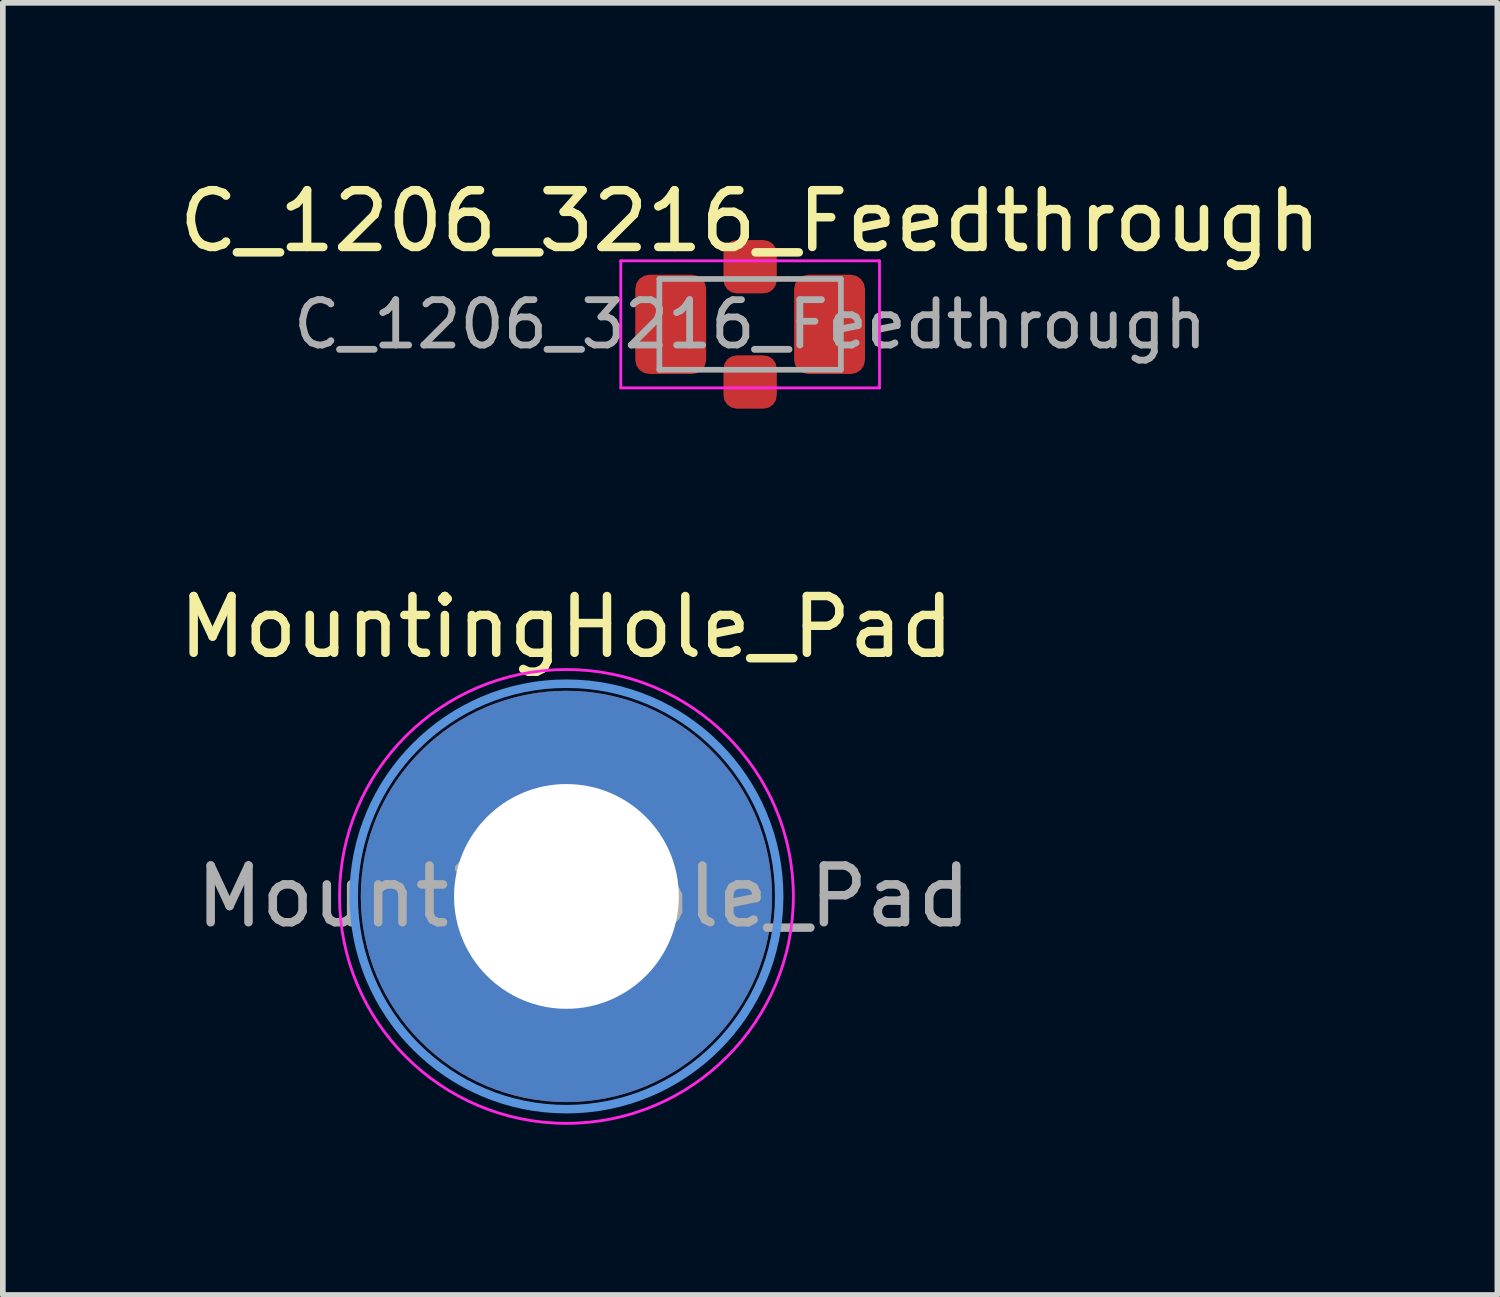
<source format=kicad_pcb>
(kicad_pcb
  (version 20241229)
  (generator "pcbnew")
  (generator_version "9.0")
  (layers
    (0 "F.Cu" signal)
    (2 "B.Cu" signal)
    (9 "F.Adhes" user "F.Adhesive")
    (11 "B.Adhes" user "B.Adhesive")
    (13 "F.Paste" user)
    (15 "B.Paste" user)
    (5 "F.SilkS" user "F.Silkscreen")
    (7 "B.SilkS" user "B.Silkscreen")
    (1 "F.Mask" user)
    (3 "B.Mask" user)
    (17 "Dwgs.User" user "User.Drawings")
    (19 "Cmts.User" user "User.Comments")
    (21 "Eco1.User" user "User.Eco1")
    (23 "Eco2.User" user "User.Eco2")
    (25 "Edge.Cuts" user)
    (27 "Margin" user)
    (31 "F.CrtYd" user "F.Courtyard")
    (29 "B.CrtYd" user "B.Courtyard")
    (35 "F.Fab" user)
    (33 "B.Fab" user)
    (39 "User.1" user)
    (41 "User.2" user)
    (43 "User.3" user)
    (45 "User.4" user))
  (footprint "C_1206_3216_Feedthrough"
    (layer "F.Cu")
    (at 10.173 2.668)
    (property "Reference" "C_1206_3216_Feedthrough" (at 0 -1.82 0) (layer "F.SilkS") (effects (font (size 1 1) (thickness 0.15))))
    (attr smd)
    (fp_line (start -2.28 -1.12) (end 2.28 -1.12) (stroke (width 0.05) (type solid)) (layer "F.CrtYd"))
    (fp_line (start -2.28 1.12) (end -2.28 -1.12) (stroke (width 0.05) (type solid)) (layer "F.CrtYd"))
    (fp_line (start 2.28 -1.12) (end 2.28 1.12) (stroke (width 0.05) (type solid)) (layer "F.CrtYd"))
    (fp_line (start 2.28 1.12) (end -2.28 1.12) (stroke (width 0.05) (type solid)) (layer "F.CrtYd"))
    (fp_line (start -1.6 -0.8) (end 1.6 -0.8) (stroke (width 0.1) (type solid)) (layer "F.Fab"))
    (fp_line (start -1.6 0.8) (end -1.6 -0.8) (stroke (width 0.1) (type solid)) (layer "F.Fab"))
    (fp_line (start 1.6 -0.8) (end 1.6 0.8) (stroke (width 0.1) (type solid)) (layer "F.Fab"))
    (fp_line (start 1.6 0.8) (end -1.6 0.8) (stroke (width 0.1) (type solid)) (layer "F.Fab"))
    (fp_text user "${REFERENCE}" (at 0 0 0) (layer "F.Fab") (effects (font (size 0.8 0.8) (thickness 0.12))))
    (pad "1" smd roundrect (at -1.4 0) (size 1.25 1.75) (layers "F.Cu" "F.Mask" "F.Paste") (roundrect_rratio 0.2))
    (pad "2" smd roundrect (at 1.4 0) (size 1.25 1.75) (layers "F.Cu" "F.Mask" "F.Paste") (roundrect_rratio 0.2))
    (pad "3" smd roundrect (at 0 -1.016) (size 0.94 0.94) (layers "F.Cu" "F.Mask" "F.Paste") (roundrect_rratio 0.25))
    (pad "3" smd roundrect (at 0 1.016) (size 0.94 0.94) (layers "F.Cu" "F.Mask" "F.Paste") (roundrect_rratio 0.25)))
  (footprint "MountingHole_Pad"
    (layer "F.Cu")
    (at 6.935 12.752)
    (property "Reference" "MountingHole_Pad" (at 0 -4.75 0) (layer "F.SilkS") (effects (font (size 1 1) (thickness 0.15))))
    (attr exclude_from_pos_files exclude_from_bom)
    (fp_circle (center 0 0) (end 3.75 0) (stroke (width 0.15) (type solid)) (fill no) (layer "Cmts.User"))
    (fp_circle (center 0 0) (end 4 0) (stroke (width 0.05) (type solid)) (fill no) (layer "F.CrtYd"))
    (fp_text user "${REFERENCE}" (at 0.3 0 0) (layer "F.Fab") (effects (font (size 1 1) (thickness 0.15))))
    (pad "1" thru_hole circle (at 0 0) (size 7.25 7.25) (drill 3.962) (layers "*.Cu" "*.Mask")))
  (gr_rect
    (start -3 -3)
    (end 23.345 19.777)
    (stroke (width 0.1) (type default))
    (fill no)
    (layer "Edge.Cuts")))
</source>
